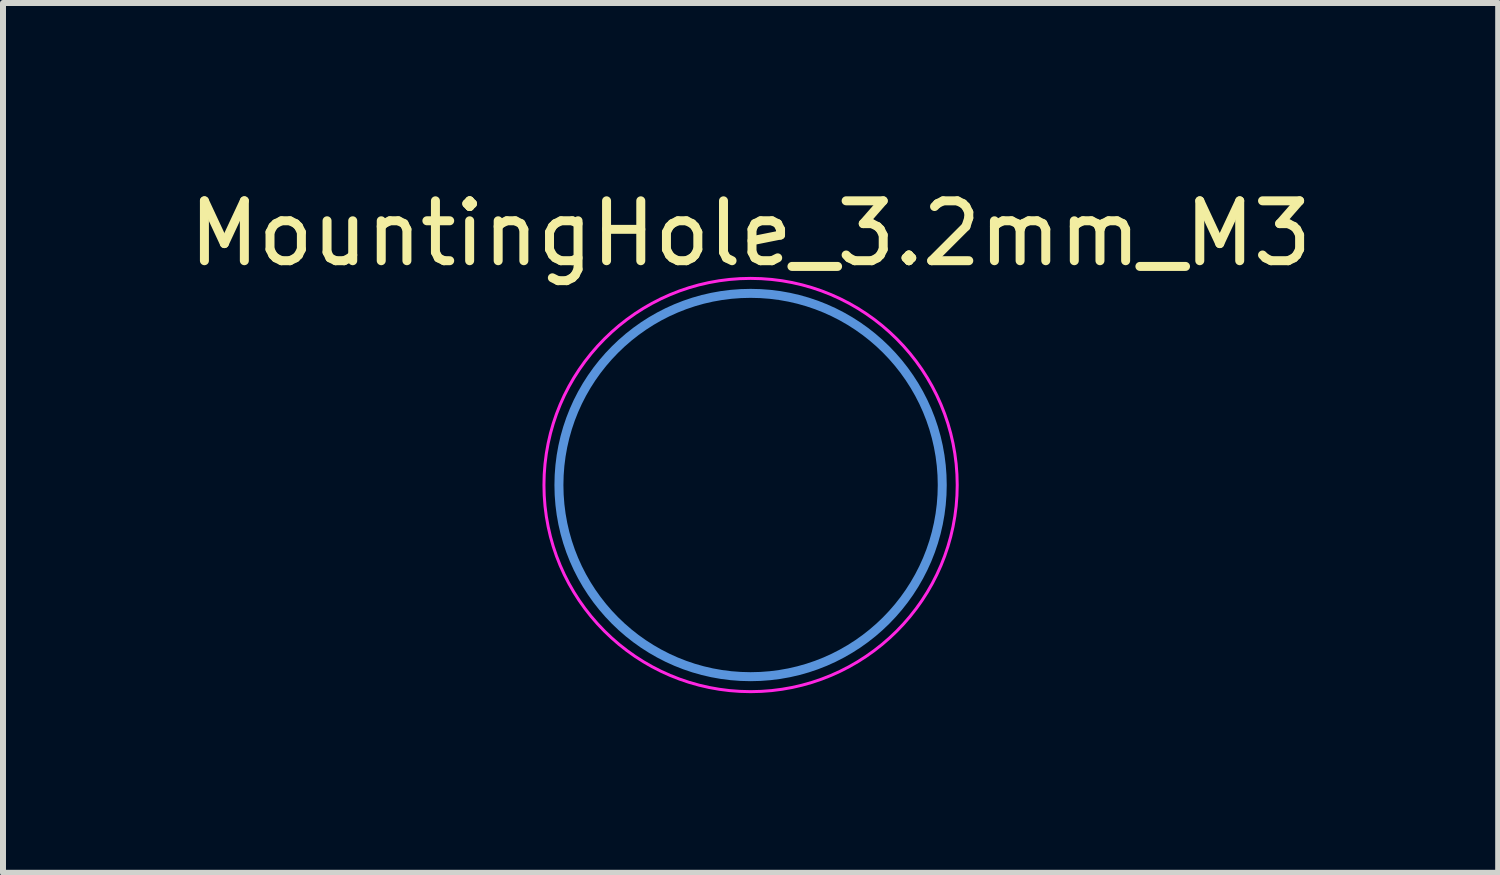
<source format=kicad_pcb>
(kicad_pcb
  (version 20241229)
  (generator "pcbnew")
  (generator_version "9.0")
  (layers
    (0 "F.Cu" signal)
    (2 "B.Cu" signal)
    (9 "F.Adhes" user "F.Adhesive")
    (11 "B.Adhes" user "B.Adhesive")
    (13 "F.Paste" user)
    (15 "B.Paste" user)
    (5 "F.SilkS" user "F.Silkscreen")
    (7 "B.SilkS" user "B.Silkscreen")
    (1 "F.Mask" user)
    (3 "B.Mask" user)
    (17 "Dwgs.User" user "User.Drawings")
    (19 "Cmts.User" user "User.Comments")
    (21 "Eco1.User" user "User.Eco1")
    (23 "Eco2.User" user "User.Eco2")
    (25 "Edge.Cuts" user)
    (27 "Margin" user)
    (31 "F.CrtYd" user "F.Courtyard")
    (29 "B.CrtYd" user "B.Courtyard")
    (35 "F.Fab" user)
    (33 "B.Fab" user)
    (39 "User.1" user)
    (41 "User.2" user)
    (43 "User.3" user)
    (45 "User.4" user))
  (footprint "MountingHole_3.2mm_M3"
    (layer "F.Cu")
    (at 9.482 5.048)
    (property "Reference" "MountingHole_3.2mm_M3" (at 0 -4.2 0) (layer "F.SilkS") (effects (font (size 1 1) (thickness 0.15))))
    (attr through_hole)
    (fp_circle (center 0 0) (end 3.2 0) (stroke (width 0.15) (type solid)) (fill no) (layer "Cmts.User"))
    (fp_circle (center 0 0) (end 3.45 0) (stroke (width 0.05) (type solid)) (fill no) (layer "F.CrtYd")))
  (gr_rect
    (start -3 -3)
    (end 21.964 11.523)
    (stroke (width 0.1) (type default))
    (fill no)
    (layer "Edge.Cuts")))
</source>
